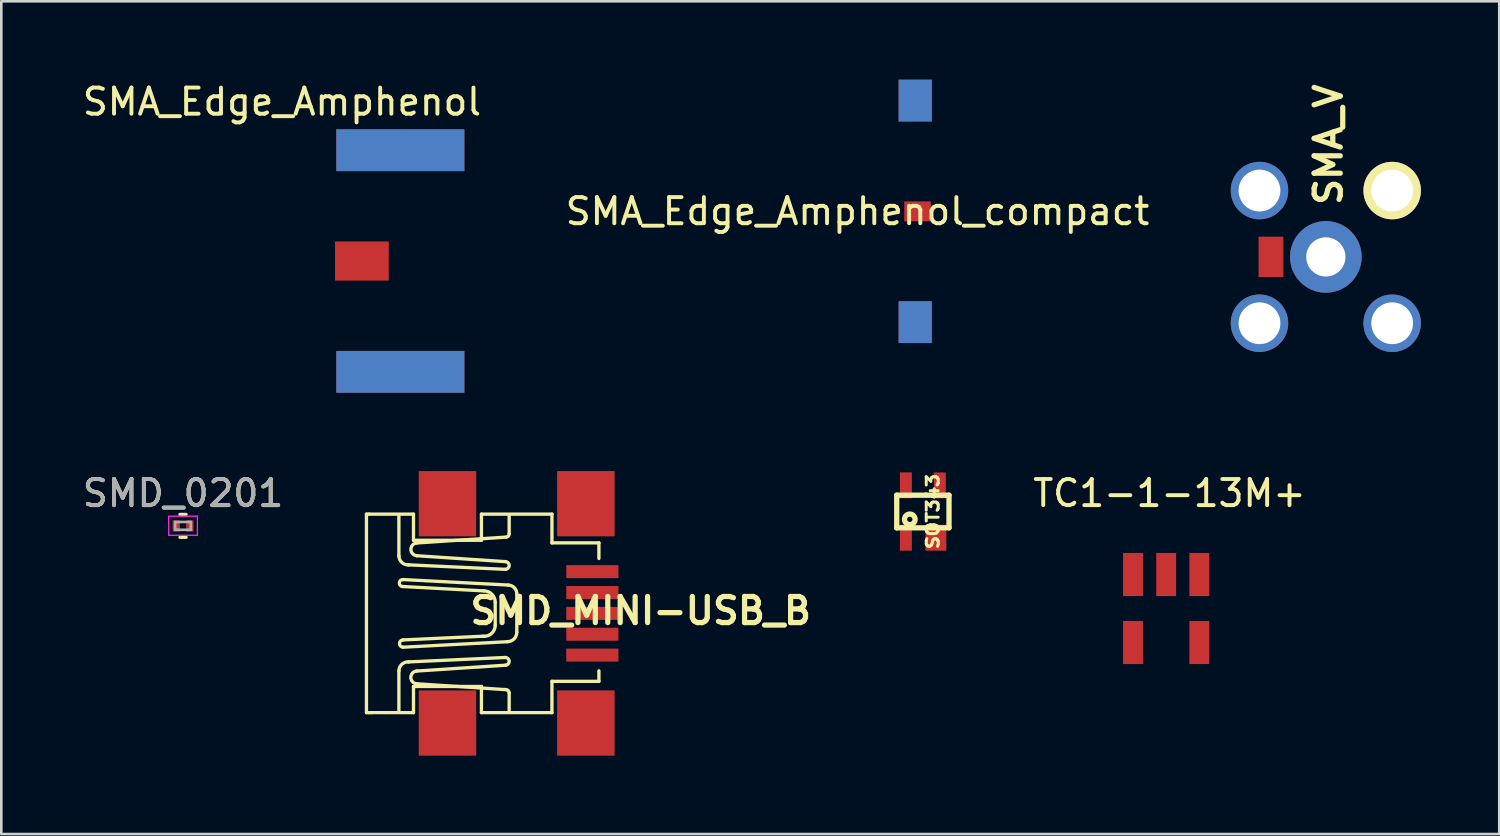
<source format=kicad_pcb>
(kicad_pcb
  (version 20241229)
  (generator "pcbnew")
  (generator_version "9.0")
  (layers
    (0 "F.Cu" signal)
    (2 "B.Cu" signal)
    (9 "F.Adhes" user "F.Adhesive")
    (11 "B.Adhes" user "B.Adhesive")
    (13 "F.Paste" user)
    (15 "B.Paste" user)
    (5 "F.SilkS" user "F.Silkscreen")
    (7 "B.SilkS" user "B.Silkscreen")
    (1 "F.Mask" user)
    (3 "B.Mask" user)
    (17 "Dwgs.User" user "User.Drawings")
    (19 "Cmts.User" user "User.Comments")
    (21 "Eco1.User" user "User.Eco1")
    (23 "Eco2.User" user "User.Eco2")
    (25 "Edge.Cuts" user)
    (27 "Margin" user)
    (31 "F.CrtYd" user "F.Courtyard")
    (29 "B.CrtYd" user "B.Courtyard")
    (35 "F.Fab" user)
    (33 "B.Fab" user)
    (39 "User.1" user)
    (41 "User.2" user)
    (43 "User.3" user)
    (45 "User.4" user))
  (footprint "SMA_V"
    (layer "F.Cu")
    (at 47.711 6.786)
    (property "Reference" "SMA_V" (at 0.1 -4.3 90) (layer "F.SilkS") (effects (font (size 1 1) (thickness 0.2))))
    (attr through_hole)
    (pad "1" smd rect (at -2.1 0 90) (size 1.55 0.95) (layers "F.Cu"))
    (pad "1" thru_hole circle (at 0 0) (size 2.741 2.741) (drill 1.501) (layers "*.Cu" "*.Mask"))
    (pad "2" thru_hole circle (at -2.54 -2.54) (size 2.2 2.2) (drill 1.6) (layers "*.Cu" "*.Mask"))
    (pad "3" thru_hole circle (at -2.54 2.54) (size 2.2 2.2) (drill 1.6) (layers "*.Cu" "*.Mask"))
    (pad "4" thru_hole circle (at 2.54 2.54) (size 2.2 2.2) (drill 1.6) (layers "*.Cu" "*.Mask"))
    (pad "5" thru_hole circle (at 2.54 -2.54) (size 2.2 2.2) (drill 1.6) (layers "*.Cu" "*.Mask" "F.SilkS")))
  (footprint "TC1-1-13M+"
    (layer "F.Cu")
    (at 41.598 20.533)
    (property "Reference" "TC1-1-13M+" (at 0.127 -4.699 0) (layer "F.SilkS") (effects (font (size 1 1) (thickness 0.15))))
    (attr through_hole)
    (pad "" smd rect (at 0 -1.587) (size 0.762 1.651) (layers "F.Cu" "F.Mask" "F.Paste"))
    (pad "1" smd rect (at 1.27 -1.587) (size 0.762 1.651) (layers "F.Cu" "F.Mask" "F.Paste"))
    (pad "2" smd rect (at -1.27 -1.587) (size 0.762 1.651) (layers "F.Cu" "F.Mask" "F.Paste"))
    (pad "3" smd rect (at -1.27 1.016) (size 0.762 1.651) (layers "F.Cu" "F.Mask" "F.Paste"))
    (pad "4" smd rect (at 1.27 1.016) (size 0.762 1.651) (layers "F.Cu" "F.Mask" "F.Paste")))
  (footprint "SOT343"
    (layer "F.Cu")
    (at 32.283 16.534)
    (property "Reference" "SOT343" (at 0.381 0 90) (layer "F.SilkS") (effects (font (size 0.457 0.508) (thickness 0.114))))
    (attr through_hole)
    (fp_line (start -1.001 -0.625) (end 1.001 -0.625) (stroke (width 0.203) (type solid)) (layer "F.SilkS"))
    (fp_line (start -1.001 0.625) (end -1.001 -0.625) (stroke (width 0.203) (type solid)) (layer "F.SilkS"))
    (fp_line (start 1.001 -0.625) (end 1.001 0.625) (stroke (width 0.203) (type solid)) (layer "F.SilkS"))
    (fp_line (start 1.001 0.625) (end -1.001 0.625) (stroke (width 0.203) (type solid)) (layer "F.SilkS"))
    (fp_circle (center -0.5 0.3) (end -0.399 0.3) (stroke (width 0.203) (type solid)) (fill no) (layer "F.SilkS"))
    (pad "1" smd rect (at -0.65 1.003) (size 0.457 0.991) (layers "F.Cu" "F.Mask"))
    (pad "2" smd rect (at 0.5 1.003) (size 0.8 0.991) (layers "F.Cu" "F.Mask"))
    (pad "3" smd rect (at 0.65 -1.001) (size 0.457 0.991) (layers "F.Cu" "F.Mask"))
    (pad "4" smd rect (at -0.65 -1.003) (size 0.457 0.991) (layers "F.Cu" "F.Mask")))
  (footprint "SMD_0201"
    (layer "F.Cu")
    (at 3.958 17.084)
    (property "Reference" "SMD_0201" (at 0 -1.25 0) (layer "F.SilkS") (effects (font (size 1 1) (thickness 0.15))))
    (attr smd)
    (fp_line (start -0.12 0.44) (end 0.12 0.44) (stroke (width 0.12) (type solid)) (layer "F.SilkS"))
    (fp_line (start 0.12 -0.44) (end -0.12 -0.44) (stroke (width 0.12) (type solid)) (layer "F.SilkS"))
    (fp_line (start -0.55 -0.37) (end -0.55 0.36) (stroke (width 0.05) (type solid)) (layer "F.CrtYd"))
    (fp_line (start -0.55 -0.37) (end 0.55 -0.37) (stroke (width 0.05) (type solid)) (layer "F.CrtYd"))
    (fp_line (start 0.55 0.36) (end -0.55 0.36) (stroke (width 0.05) (type solid)) (layer "F.CrtYd"))
    (fp_line (start 0.55 0.36) (end 0.55 -0.37) (stroke (width 0.05) (type solid)) (layer "F.CrtYd"))
    (fp_line (start -0.3 -0.15) (end 0.3 -0.15) (stroke (width 0.1) (type solid)) (layer "F.Fab"))
    (fp_line (start -0.3 0.15) (end -0.3 -0.15) (stroke (width 0.1) (type solid)) (layer "F.Fab"))
    (fp_line (start 0.3 -0.15) (end 0.3 0.15) (stroke (width 0.1) (type solid)) (layer "F.Fab"))
    (fp_line (start 0.3 0.15) (end -0.3 0.15) (stroke (width 0.1) (type solid)) (layer "F.Fab"))
    (fp_text user "${REFERENCE}" (at 0 -1.25 0) (layer "F.Fab") (effects (font (size 1 1) (thickness 0.15))))
    (pad "1" smd rect (at -0.26 0) (size 0.28 0.43) (layers "F.Cu" "F.Mask" "F.Paste"))
    (pad "2" smd rect (at 0.26 0) (size 0.28 0.43) (layers "F.Cu" "F.Mask" "F.Paste")))
  (footprint "SMD_MINI-USB_B"
    (layer "F.Cu")
    (at 17.381 20.434)
    (property "Reference" "SMD_MINI-USB_B" (at 4.1 -0.1 0) (layer "F.SilkS") (effects (font (size 1 1) (thickness 0.2))))
    (attr smd)
    (fp_line (start -6.401 -3.8) (end -6.401 3.8) (stroke (width 0.127) (type solid)) (layer "F.SilkS"))
    (fp_line (start -6.401 3.8) (end -6.299 3.8) (stroke (width 0.127) (type solid)) (layer "F.SilkS"))
    (fp_line (start -6.299 -3.8) (end -6.401 -3.8) (stroke (width 0.127) (type solid)) (layer "F.SilkS"))
    (fp_line (start -6.299 -3.8) (end -4.6 -3.8) (stroke (width 0.127) (type solid)) (layer "F.SilkS"))
    (fp_line (start -6.2 3.8) (end -6.299 3.8) (stroke (width 0.127) (type solid)) (layer "F.SilkS"))
    (fp_line (start -5.159 -3.749) (end -5.159 -2.207) (stroke (width 0.127) (type solid)) (layer "F.SilkS"))
    (fp_line (start -5.159 3.749) (end -5.159 2.207) (stroke (width 0.127) (type solid)) (layer "F.SilkS"))
    (fp_line (start -5.019 -1.029) (end -1.905 -0.861) (stroke (width 0.127) (type solid)) (layer "F.SilkS"))
    (fp_line (start -5.004 1.295) (end -1.008 1.085) (stroke (width 0.127) (type solid)) (layer "F.SilkS"))
    (fp_line (start -4.808 -1.857) (end -4.765 -1.857) (stroke (width 0.127) (type solid)) (layer "F.SilkS"))
    (fp_line (start -4.808 1.857) (end -4.765 1.857) (stroke (width 0.127) (type solid)) (layer "F.SilkS"))
    (fp_line (start -4.765 -1.857) (end -1.092 -1.687) (stroke (width 0.127) (type solid)) (layer "F.SilkS"))
    (fp_line (start -4.765 1.857) (end -1.092 1.689) (stroke (width 0.127) (type solid)) (layer "F.SilkS"))
    (fp_line (start -4.6 -3.8) (end -4.6 -2.799) (stroke (width 0.127) (type solid)) (layer "F.SilkS"))
    (fp_line (start -4.6 -2.799) (end -1.999 -2.799) (stroke (width 0.127) (type solid)) (layer "F.SilkS"))
    (fp_line (start -4.6 2.799) (end -4.6 3.8) (stroke (width 0.127) (type solid)) (layer "F.SilkS"))
    (fp_line (start -4.6 3.8) (end -6.2 3.8) (stroke (width 0.127) (type solid)) (layer "F.SilkS"))
    (fp_line (start -4.458 -2.697) (end -1.052 -2.921) (stroke (width 0.127) (type solid)) (layer "F.SilkS"))
    (fp_line (start -4.458 2.697) (end -1.052 2.921) (stroke (width 0.127) (type solid)) (layer "F.SilkS"))
    (fp_line (start -1.999 -3.8) (end 0.701 -3.8) (stroke (width 0.127) (type solid)) (layer "F.SilkS"))
    (fp_line (start -1.999 -2.799) (end -1.999 -3.8) (stroke (width 0.127) (type solid)) (layer "F.SilkS"))
    (fp_line (start -1.999 2.799) (end -4.6 2.799) (stroke (width 0.127) (type solid)) (layer "F.SilkS"))
    (fp_line (start -1.999 3.8) (end -1.999 2.799) (stroke (width 0.127) (type solid)) (layer "F.SilkS"))
    (fp_line (start -1.961 0.876) (end -5.004 1.016) (stroke (width 0.127) (type solid)) (layer "F.SilkS"))
    (fp_line (start -1.892 0.876) (end -1.961 0.876) (stroke (width 0.127) (type solid)) (layer "F.SilkS"))
    (fp_line (start -1.471 -0.427) (end -1.471 0.455) (stroke (width 0.127) (type solid)) (layer "F.SilkS"))
    (fp_line (start -1.079 -1.981) (end -4.47 -2.207) (stroke (width 0.127) (type solid)) (layer "F.SilkS"))
    (fp_line (start -1.079 1.984) (end -4.47 2.207) (stroke (width 0.127) (type solid)) (layer "F.SilkS"))
    (fp_line (start -0.98 -1.085) (end -5.004 -1.295) (stroke (width 0.127) (type solid)) (layer "F.SilkS"))
    (fp_line (start -0.937 -3.048) (end -0.937 -3.749) (stroke (width 0.127) (type solid)) (layer "F.SilkS"))
    (fp_line (start -0.937 3.048) (end -0.937 3.749) (stroke (width 0.127) (type solid)) (layer "F.SilkS"))
    (fp_line (start -0.645 0.721) (end -0.645 -0.749) (stroke (width 0.127) (type solid)) (layer "F.SilkS"))
    (fp_line (start 0.701 -3.8) (end 0.701 -2.7) (stroke (width 0.127) (type solid)) (layer "F.SilkS"))
    (fp_line (start 0.701 -2.7) (end 2.499 -2.7) (stroke (width 0.127) (type solid)) (layer "F.SilkS"))
    (fp_line (start 0.701 2.601) (end 0.701 3.8) (stroke (width 0.127) (type solid)) (layer "F.SilkS"))
    (fp_line (start 0.701 3.8) (end -1.999 3.8) (stroke (width 0.127) (type solid)) (layer "F.SilkS"))
    (fp_line (start 2.499 -2.7) (end 2.499 -2.101) (stroke (width 0.127) (type solid)) (layer "F.SilkS"))
    (fp_line (start 2.499 2.2) (end 2.499 2.601) (stroke (width 0.127) (type solid)) (layer "F.SilkS"))
    (fp_line (start 2.499 2.601) (end 0.701 2.601) (stroke (width 0.127) (type solid)) (layer "F.SilkS"))
    (fp_arc (start -5.15874 2.20726) (mid -5.056291 1.959621) (end -4.808832 1.856741) (stroke (width 0.127) (type solid)) (layer "F.SilkS"))
    (fp_arc (start -5.01904 -1.0287) (mid -5.1435 -1.1684) (end -5.0038 -1.29286) (stroke (width 0.127) (type solid)) (layer "F.SilkS"))
    (fp_arc (start -5.0038 1.2954) (mid -5.136084 1.154669) (end -5.001741 1.015903) (stroke (width 0.127) (type solid)) (layer "F.SilkS"))
    (fp_arc (start -4.80822 -1.85674) (mid -5.056075 -1.959405) (end -5.15874 -2.20726) (stroke (width 0.127) (type solid)) (layer "F.SilkS"))
    (fp_arc (start -4.4704 -2.20726) (mid -4.6994 -2.457181) (end -4.458246 -2.695396) (stroke (width 0.127) (type solid)) (layer "F.SilkS"))
    (fp_arc (start -4.4577 2.69748) (mid -4.701462 2.457805) (end -4.4711 2.205223) (stroke (width 0.127) (type solid)) (layer "F.SilkS"))
    (fp_arc (start -1.905 -0.86106) (mid -1.597875 -0.733845) (end -1.47066 -0.42672) (stroke (width 0.127) (type solid)) (layer "F.SilkS"))
    (fp_arc (start -1.47066 0.45466) (mid -1.594155 0.752805) (end -1.8923 0.8763) (stroke (width 0.127) (type solid)) (layer "F.SilkS"))
    (fp_arc (start -1.0922 1.6891) (mid -0.93728 1.828414) (end -1.076189 1.983698) (stroke (width 0.127) (type solid)) (layer "F.SilkS"))
    (fp_arc (start -1.0795 -1.9812) (mid -0.937247 -1.829185) (end -1.088889 -1.686535) (stroke (width 0.127) (type solid)) (layer "F.SilkS"))
    (fp_arc (start -1.05156 2.921) (mid -0.968219 2.961381) (end -0.937155 3.048624) (stroke (width 0.127) (type solid)) (layer "F.SilkS"))
    (fp_arc (start -0.98044 -1.08458) (mid -0.743568 -0.986586) (end -0.645161 -0.749885) (stroke (width 0.127) (type solid)) (layer "F.SilkS"))
    (fp_arc (start -0.93726 -3.048) (mid -0.966949 -2.96028) (end -1.049646 -2.918595) (stroke (width 0.127) (type solid)) (layer "F.SilkS"))
    (fp_arc (start -0.64516 0.72136) (mid -0.751545 0.978195) (end -1.00838 1.08458) (stroke (width 0.127) (type solid)) (layer "F.SilkS"))
    (pad "1" smd rect (at 2.248 -1.598) (size 1.999 0.498) (layers "F.Cu" "F.Mask" "F.Paste"))
    (pad "2" smd rect (at 2.248 -0.798) (size 1.999 0.498) (layers "F.Cu" "F.Mask" "F.Paste"))
    (pad "3" smd rect (at 2.248 0) (size 1.999 0.498) (layers "F.Cu" "F.Mask" "F.Paste"))
    (pad "4" smd rect (at 2.248 0.798) (size 1.999 0.498) (layers "F.Cu" "F.Mask" "F.Paste"))
    (pad "5" smd rect (at 2.248 1.598) (size 1.999 0.498) (layers "F.Cu" "F.Mask" "F.Paste"))
    (pad "M1" smd rect (at -3.299 4.199) (size 2.2 2.499) (layers "F.Cu" "F.Mask" "F.Paste"))
    (pad "M2" smd rect (at -3.299 -4.199) (size 2.2 2.499) (layers "F.Cu" "F.Mask" "F.Paste"))
    (pad "M3" smd rect (at 1.999 -4.199) (size 2.2 2.499) (layers "F.Cu" "F.Mask" "F.Paste"))
    (pad "M4" smd rect (at 1.999 4.199) (size 2.2 2.499) (layers "F.Cu" "F.Mask" "F.Paste")))
  (footprint "SMA_Edge_Amphenol"
    (layer "F.Cu")
    (at 9.522 6.944)
    (property "Reference" "SMA_Edge_Amphenol" (at -1.778 -6.096 0) (layer "F.SilkS") (effects (font (size 1 1) (thickness 0.15))))
    (attr through_hole)
    (pad "1" smd rect (at 1.283 0) (size 2.057 1.499) (layers "F.Cu" "F.Mask" "F.Paste"))
    (pad "2" smd rect (at 2.756 4.242) (size 4.902 1.6) (layers "F.Cu" "F.Mask" "F.Paste"))
    (pad "3" smd rect (at 2.756 -4.242) (size 4.902 1.6) (layers "F.Cu" "F.Mask" "F.Paste"))
    (pad "4" smd rect (at 2.756 4.242) (size 4.902 1.6) (layers "B.Cu" "B.Mask" "B.Paste"))
    (pad "5" smd rect (at 2.756 -4.242) (size 4.902 1.6) (layers "B.Cu" "B.Mask" "B.Paste")))
  (footprint "SMA_Edge_Amphenol_compact"
    (layer "F.Cu")
    (at 31.05 5.042)
    (property "Reference" "SMA_Edge_Amphenol_compact" (at -1.27 0 0) (layer "F.SilkS") (effects (font (size 1 1) (thickness 0.15))))
    (attr through_hole)
    (pad "1" smd rect (at 1.029 0) (size 1.016 0.762) (layers "F.Cu" "F.Mask" "F.Paste"))
    (pad "2" smd rect (at 0.94 4.242) (size 1.27 1.6) (layers "F.Cu" "F.Mask" "F.Paste"))
    (pad "3" smd rect (at 0.94 -4.242) (size 1.27 1.6) (layers "F.Cu" "F.Mask" "F.Paste"))
    (pad "4" smd rect (at 0.94 4.242) (size 1.27 1.6) (layers "B.Cu"))
    (pad "5" smd rect (at 0.94 -4.242) (size 1.27 1.6) (layers "B.Cu")))
  (gr_rect
    (start -3 -3)
    (end 54.351 28.883)
    (stroke (width 0.1) (type default))
    (fill no)
    (layer "Edge.Cuts")))
</source>
